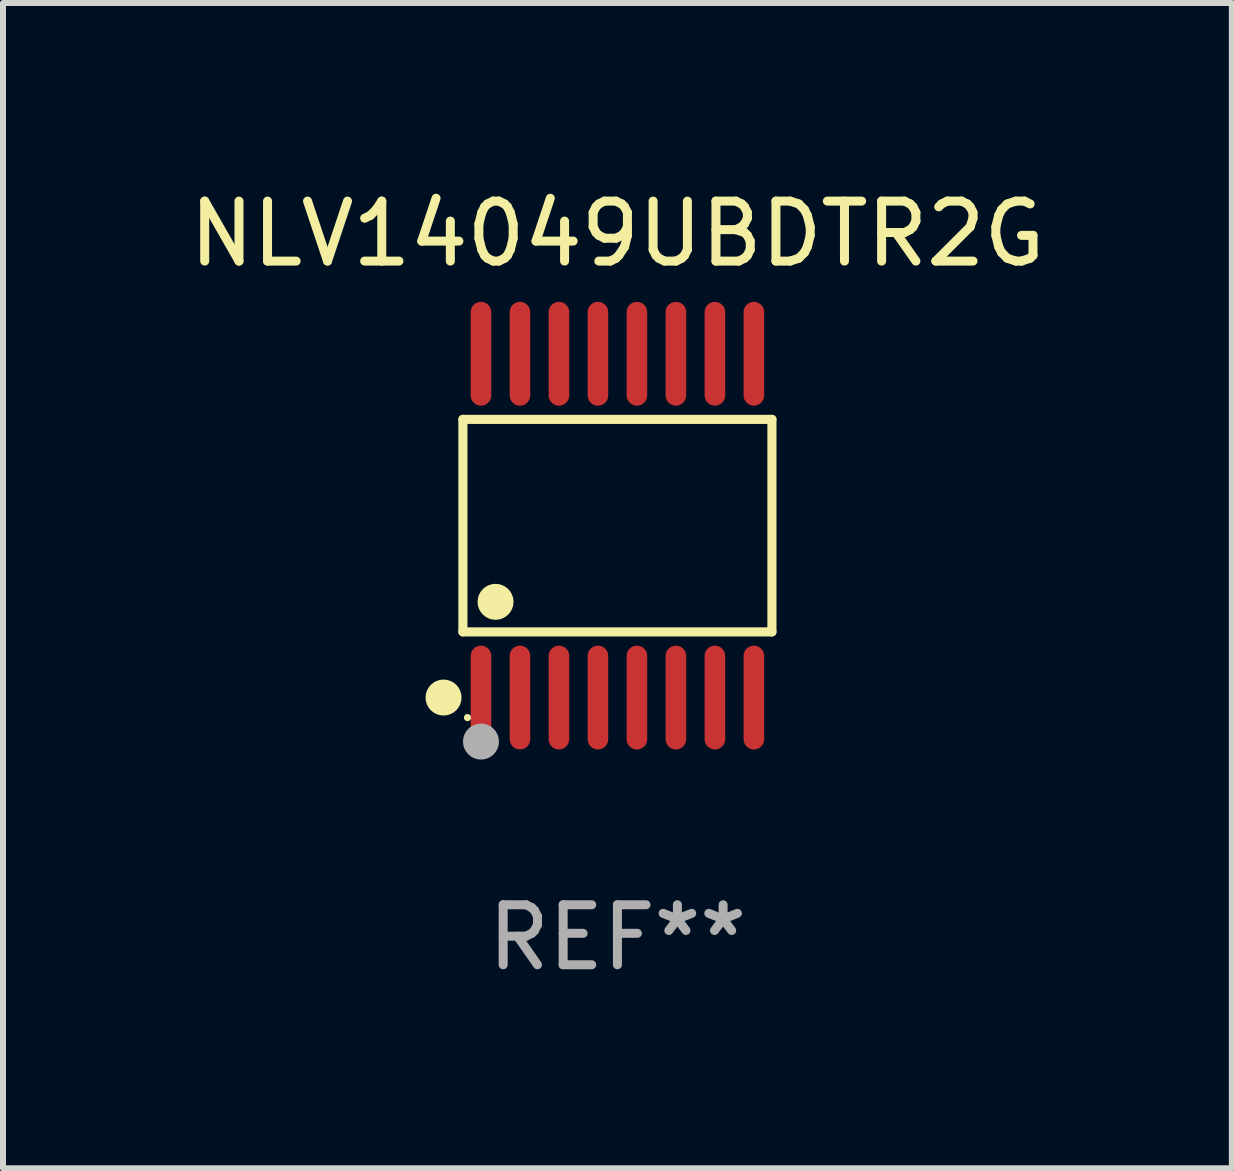
<source format=kicad_pcb>
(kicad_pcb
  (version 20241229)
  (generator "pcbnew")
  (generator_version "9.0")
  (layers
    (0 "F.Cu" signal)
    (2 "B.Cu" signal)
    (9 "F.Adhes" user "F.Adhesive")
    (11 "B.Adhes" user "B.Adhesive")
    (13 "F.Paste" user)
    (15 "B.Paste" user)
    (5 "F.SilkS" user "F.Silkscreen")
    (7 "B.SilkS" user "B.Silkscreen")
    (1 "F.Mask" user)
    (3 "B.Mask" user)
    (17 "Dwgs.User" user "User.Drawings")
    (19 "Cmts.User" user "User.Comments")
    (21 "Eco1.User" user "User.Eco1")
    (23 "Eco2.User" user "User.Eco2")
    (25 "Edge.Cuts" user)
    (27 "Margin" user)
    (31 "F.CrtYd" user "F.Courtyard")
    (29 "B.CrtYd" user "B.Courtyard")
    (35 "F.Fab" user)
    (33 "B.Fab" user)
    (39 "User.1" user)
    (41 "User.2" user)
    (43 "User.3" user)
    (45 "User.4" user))
  (footprint "NLV14049UBDTR2G"
    (layer "F.Cu")
    (at 7.244 5.714)
    (property "Reference" "NLV14049UBDTR2G" (at 0 -4.866 0) (layer "F.SilkS") (effects (font (size 1 1) (thickness 0.15))))
    (attr through_hole)
    (fp_line (start -2.576 -1.772) (end 2.576 -1.772) (stroke (width 0.152) (type solid)) (layer "F.SilkS"))
    (fp_line (start -2.576 1.771) (end -2.576 -1.772) (stroke (width 0.152) (type solid)) (layer "F.SilkS"))
    (fp_line (start 2.576 -1.772) (end 2.576 1.771) (stroke (width 0.152) (type solid)) (layer "F.SilkS"))
    (fp_line (start 2.576 1.771) (end -2.576 1.771) (stroke (width 0.152) (type solid)) (layer "F.SilkS"))
    (fp_circle (center -2.899 2.866) (end -2.749 2.866) (stroke (width 0.3) (type solid)) (fill no) (layer "F.SilkS"))
    (fp_circle (center -2.5 3.2) (end -2.47 3.2) (stroke (width 0.06) (type solid)) (fill no) (layer "F.SilkS"))
    (fp_circle (center -2.032 1.27) (end -1.882 1.27) (stroke (width 0.3) (type solid)) (fill no) (layer "F.SilkS"))
    (fp_circle (center -2.275 3.6) (end -2.125 3.6) (stroke (width 0.3) (type solid)) (fill no) (layer "F.Fab"))
    (fp_text user "REF**" (at 0 6.866 0) (layer "F.Fab") (effects (font (size 1 1) (thickness 0.15))))
    (pad "1" smd oval (at -2.275 2.866) (size 0.343 1.731) (layers "F.Cu" "F.Mask" "F.Paste"))
    (pad "2" smd oval (at -1.625 2.866) (size 0.343 1.731) (layers "F.Cu" "F.Mask" "F.Paste"))
    (pad "3" smd oval (at -0.975 2.866) (size 0.343 1.731) (layers "F.Cu" "F.Mask" "F.Paste"))
    (pad "4" smd oval (at -0.325 2.866) (size 0.343 1.731) (layers "F.Cu" "F.Mask" "F.Paste"))
    (pad "5" smd oval (at 0.325 2.866) (size 0.343 1.731) (layers "F.Cu" "F.Mask" "F.Paste"))
    (pad "6" smd oval (at 0.975 2.866) (size 0.343 1.731) (layers "F.Cu" "F.Mask" "F.Paste"))
    (pad "7" smd oval (at 1.625 2.866) (size 0.343 1.731) (layers "F.Cu" "F.Mask" "F.Paste"))
    (pad "8" smd oval (at 2.275 2.866) (size 0.343 1.731) (layers "F.Cu" "F.Mask" "F.Paste"))
    (pad "9" smd oval (at 2.275 -2.866) (size 0.343 1.731) (layers "F.Cu" "F.Mask" "F.Paste"))
    (pad "10" smd oval (at 1.625 -2.866) (size 0.343 1.731) (layers "F.Cu" "F.Mask" "F.Paste"))
    (pad "11" smd oval (at 0.975 -2.866) (size 0.343 1.731) (layers "F.Cu" "F.Mask" "F.Paste"))
    (pad "12" smd oval (at 0.325 -2.866) (size 0.343 1.731) (layers "F.Cu" "F.Mask" "F.Paste"))
    (pad "13" smd oval (at -0.325 -2.866) (size 0.343 1.731) (layers "F.Cu" "F.Mask" "F.Paste"))
    (pad "14" smd oval (at -0.975 -2.866) (size 0.343 1.731) (layers "F.Cu" "F.Mask" "F.Paste"))
    (pad "15" smd oval (at -1.625 -2.866) (size 0.343 1.731) (layers "F.Cu" "F.Mask" "F.Paste"))
    (pad "16" smd oval (at -2.275 -2.866) (size 0.343 1.731) (layers "F.Cu" "F.Mask" "F.Paste")))
  (gr_rect
    (start -3 -3)
    (end 17.488 16.428)
    (stroke (width 0.1) (type default))
    (fill no)
    (layer "Edge.Cuts")))
</source>
